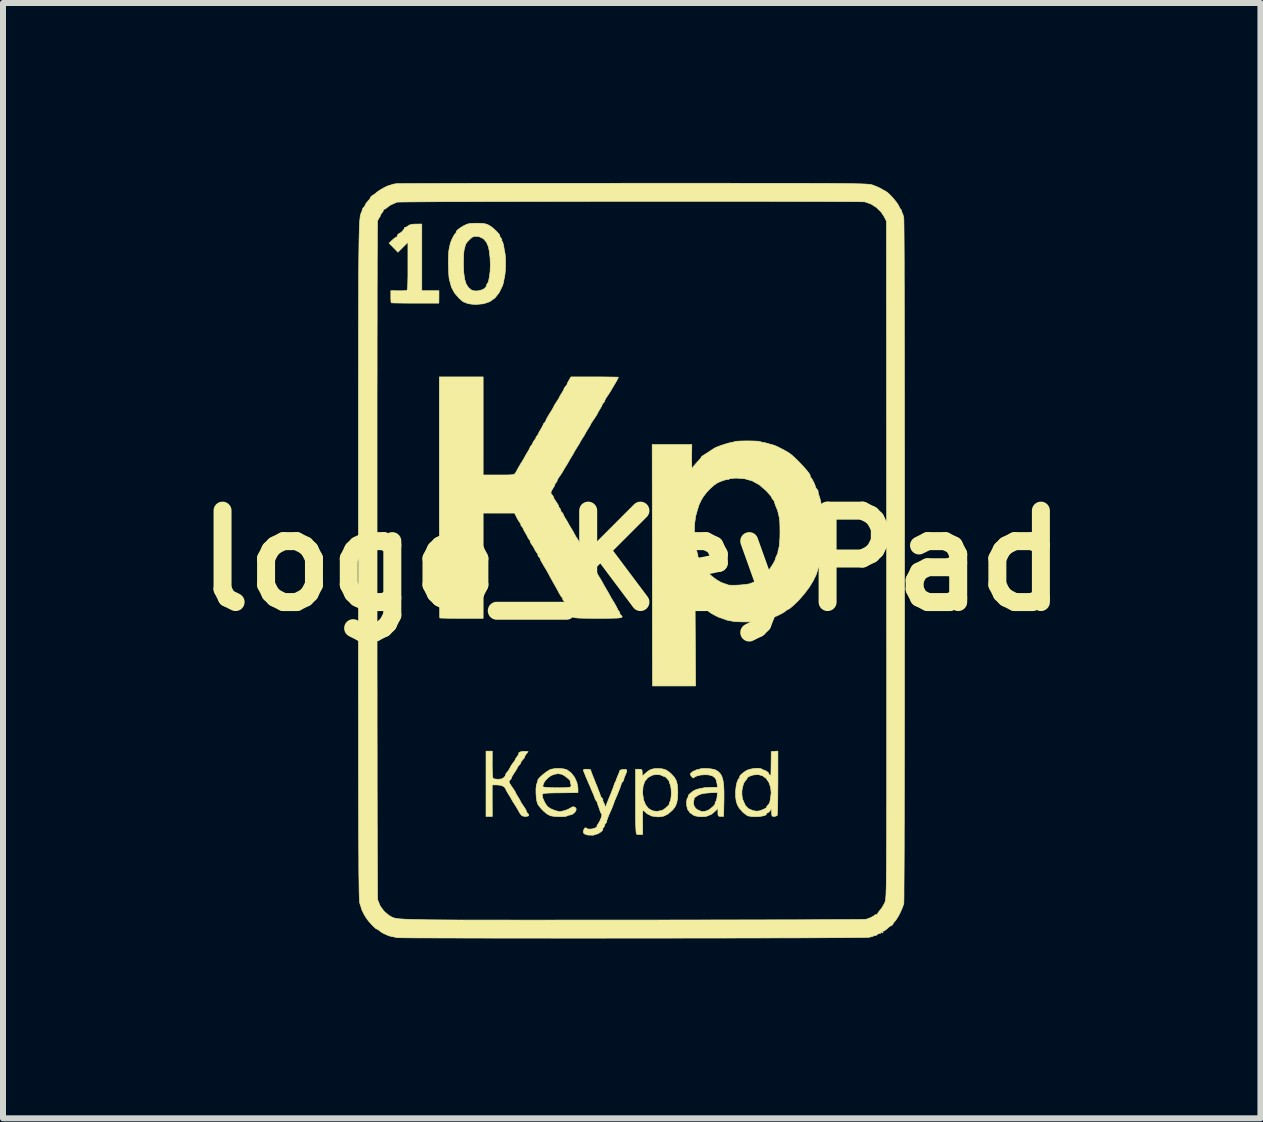
<source format=kicad_pcb>
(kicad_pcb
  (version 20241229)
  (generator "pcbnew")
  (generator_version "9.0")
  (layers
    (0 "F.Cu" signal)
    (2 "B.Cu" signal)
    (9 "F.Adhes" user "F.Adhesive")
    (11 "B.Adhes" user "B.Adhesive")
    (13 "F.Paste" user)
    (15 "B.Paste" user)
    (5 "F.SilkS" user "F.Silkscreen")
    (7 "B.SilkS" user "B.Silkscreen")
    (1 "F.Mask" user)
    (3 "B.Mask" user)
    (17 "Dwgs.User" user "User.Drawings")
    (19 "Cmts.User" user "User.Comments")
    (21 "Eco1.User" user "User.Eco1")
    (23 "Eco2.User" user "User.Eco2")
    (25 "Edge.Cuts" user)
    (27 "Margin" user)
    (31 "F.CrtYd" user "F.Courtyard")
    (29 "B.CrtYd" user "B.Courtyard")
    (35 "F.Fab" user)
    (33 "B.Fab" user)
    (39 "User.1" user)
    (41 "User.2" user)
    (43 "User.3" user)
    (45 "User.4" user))
  (footprint "logo_KeyPad"
    (layer "F.Cu")
    (at 7.482 6.298)
    (property "Reference" "logo_KeyPad" (at 0 0 0) (layer "F.SilkS") (effects (font (size 1.524 1.524) (thickness 0.3))))
    (attr through_hole)
    (fp_poly (pts (xy 4.191 6.199) (xy 4.183 6.207) (xy 4.175 6.199) (xy 4.183 6.191) (xy 4.191 6.199)) (stroke (width 0.01) (type solid)) (fill yes) (layer "F.SilkS"))
    (fp_poly (pts (xy -3.5 -5.057) (xy -3.5 -4.501) (xy -3.214 -4.501) (xy -3.214 -4.398) (xy -3.215 -4.294) (xy -3.609 -4.294) (xy -3.718 -4.294) (xy -3.815 -4.295) (xy -3.897 -4.296) (xy -3.96 -4.297) (xy -3.999 -4.299) (xy -4.01 -4.301) (xy -4.013 -4.319) (xy -4.016 -4.359) (xy -4.016 -4.405) (xy -4.016 -4.502) (xy -3.893 -4.5) (xy -3.832 -4.5) (xy -3.782 -4.502) (xy -3.753 -4.505) (xy -3.75 -4.505) (xy -3.744 -4.515) (xy -3.739 -4.541) (xy -3.735 -4.587) (xy -3.733 -4.655) (xy -3.731 -4.748) (xy -3.731 -4.87) (xy -3.731 -4.91) (xy -3.731 -5.309) (xy -3.815 -5.226) (xy -3.898 -5.143) (xy -3.972 -5.219) (xy -4.045 -5.294) (xy -3.991 -5.346) (xy -3.955 -5.377) (xy -3.926 -5.395) (xy -3.918 -5.398) (xy -3.907 -5.404) (xy -3.91 -5.407) (xy -3.908 -5.424) (xy -3.891 -5.446) (xy -3.871 -5.46) (xy -3.866 -5.461) (xy -3.847 -5.471) (xy -3.822 -5.495) (xy -3.8 -5.522) (xy -3.789 -5.543) (xy -3.79 -5.547) (xy -3.787 -5.555) (xy -3.778 -5.556) (xy -3.751 -5.566) (xy -3.727 -5.584) (xy -3.693 -5.602) (xy -3.638 -5.611) (xy -3.598 -5.612) (xy -3.5 -5.613) (xy -3.5 -5.057)) (stroke (width 0.01) (type solid)) (fill yes) (layer "F.SilkS"))
    (fp_poly (pts (xy 0.511 3.47) (xy 0.572 3.489) (xy 0.63 3.528) (xy 0.663 3.558) (xy 0.71 3.61) (xy 0.742 3.666) (xy 0.76 3.734) (xy 0.767 3.822) (xy 0.768 3.866) (xy 0.764 3.964) (xy 0.75 4.039) (xy 0.725 4.099) (xy 0.685 4.152) (xy 0.663 4.173) (xy 0.597 4.227) (xy 0.533 4.258) (xy 0.461 4.27) (xy 0.431 4.27) (xy 0.335 4.257) (xy 0.254 4.217) (xy 0.207 4.172) (xy 0.196 4.161) (xy 0.189 4.16) (xy 0.185 4.175) (xy 0.182 4.21) (xy 0.181 4.267) (xy 0.182 4.351) (xy 0.183 4.562) (xy 0.143 4.565) (xy 0.104 4.564) (xy 0.083 4.56) (xy 0.078 4.551) (xy 0.073 4.527) (xy 0.07 4.484) (xy 0.067 4.421) (xy 0.065 4.335) (xy 0.064 4.224) (xy 0.064 4.084) (xy 0.064 4.015) (xy 0.064 3.871) (xy 0.181 3.871) (xy 0.182 3.881) (xy 0.197 3.986) (xy 0.231 4.071) (xy 0.282 4.133) (xy 0.347 4.17) (xy 0.423 4.18) (xy 0.509 4.162) (xy 0.512 4.161) (xy 0.537 4.145) (xy 0.569 4.12) (xy 0.6 4.091) (xy 0.623 4.066) (xy 0.631 4.05) (xy 0.628 4.048) (xy 0.626 4.038) (xy 0.636 4.023) (xy 0.649 3.99) (xy 0.657 3.937) (xy 0.66 3.872) (xy 0.657 3.808) (xy 0.649 3.753) (xy 0.64 3.727) (xy 0.628 3.697) (xy 0.626 3.683) (xy 0.627 3.683) (xy 0.623 3.673) (xy 0.603 3.647) (xy 0.593 3.635) (xy 0.565 3.607) (xy 0.545 3.595) (xy 0.543 3.596) (xy 0.526 3.594) (xy 0.514 3.586) (xy 0.477 3.571) (xy 0.422 3.565) (xy 0.364 3.571) (xy 0.341 3.577) (xy 0.269 3.616) (xy 0.218 3.678) (xy 0.189 3.763) (xy 0.181 3.871) (xy 0.064 3.871) (xy 0.064 3.477) (xy 0.119 3.477) (xy 0.156 3.479) (xy 0.171 3.492) (xy 0.175 3.525) (xy 0.175 3.535) (xy 0.175 3.594) (xy 0.226 3.547) (xy 0.28 3.503) (xy 0.327 3.478) (xy 0.38 3.467) (xy 0.435 3.465) (xy 0.511 3.47)) (stroke (width 0.01) (type solid)) (fill yes) (layer "F.SilkS"))
    (fp_poly (pts (xy -1.132 3.471) (xy -1.079 3.487) (xy -1.011 3.537) (xy -0.954 3.61) (xy -0.914 3.697) (xy -0.897 3.788) (xy -0.896 3.81) (xy -0.897 3.866) (xy -1.195 3.87) (xy -1.298 3.871) (xy -1.375 3.873) (xy -1.428 3.876) (xy -1.462 3.879) (xy -1.481 3.885) (xy -1.49 3.893) (xy -1.492 3.903) (xy -1.492 3.91) (xy -1.482 3.959) (xy -1.456 4.019) (xy -1.423 4.074) (xy -1.395 4.106) (xy -1.349 4.136) (xy -1.285 4.163) (xy -1.219 4.181) (xy -1.21 4.182) (xy -1.171 4.179) (xy -1.118 4.166) (xy -1.063 4.146) (xy -1.022 4.124) (xy -1.014 4.118) (xy -0.977 4.101) (xy -0.943 4.112) (xy -0.926 4.136) (xy -0.93 4.166) (xy -0.953 4.199) (xy -0.988 4.226) (xy -1.024 4.239) (xy -1.026 4.239) (xy -1.058 4.244) (xy -1.07 4.252) (xy -1.091 4.26) (xy -1.134 4.265) (xy -1.19 4.267) (xy -1.252 4.265) (xy -1.309 4.26) (xy -1.353 4.252) (xy -1.361 4.25) (xy -1.413 4.221) (xy -1.471 4.173) (xy -1.524 4.117) (xy -1.564 4.062) (xy -1.566 4.058) (xy -1.581 4.012) (xy -1.591 3.947) (xy -1.596 3.873) (xy -1.596 3.801) (xy -1.591 3.76) (xy -1.483 3.76) (xy -1.477 3.769) (xy -1.457 3.776) (xy -1.412 3.78) (xy -1.35 3.784) (xy -1.277 3.786) (xy -1.202 3.786) (xy -1.132 3.785) (xy -1.073 3.782) (xy -1.033 3.777) (xy -1.021 3.773) (xy -1.009 3.751) (xy -1.016 3.724) (xy -1.024 3.693) (xy -1.023 3.68) (xy -1.028 3.665) (xy -1.052 3.639) (xy -1.087 3.61) (xy -1.126 3.582) (xy -1.16 3.563) (xy -1.167 3.56) (xy -1.228 3.55) (xy -1.292 3.561) (xy -1.344 3.582) (xy -1.381 3.607) (xy -1.42 3.643) (xy -1.452 3.681) (xy -1.468 3.712) (xy -1.468 3.717) (xy -1.478 3.737) (xy -1.48 3.74) (xy -1.483 3.76) (xy -1.591 3.76) (xy -1.589 3.741) (xy -1.579 3.709) (xy -1.567 3.678) (xy -1.566 3.663) (xy -1.561 3.647) (xy -1.537 3.618) (xy -1.5 3.583) (xy -1.455 3.545) (xy -1.409 3.512) (xy -1.368 3.487) (xy -1.348 3.478) (xy -1.28 3.466) (xy -1.204 3.464) (xy -1.132 3.471)) (stroke (width 0.01) (type solid)) (fill yes) (layer "F.SilkS"))
    (fp_poly (pts (xy -2.326 3.398) (xy -2.325 3.492) (xy -2.322 3.564) (xy -2.317 3.612) (xy -2.31 3.632) (xy -2.285 3.639) (xy -2.242 3.643) (xy -2.226 3.644) (xy -2.172 3.639) (xy -2.134 3.618) (xy -2.124 3.608) (xy -2.105 3.584) (xy -2.102 3.572) (xy -2.103 3.572) (xy -2.104 3.562) (xy -2.086 3.538) (xy -2.085 3.536) (xy -2.058 3.502) (xy -2.042 3.477) (xy -2.007 3.412) (xy -1.968 3.358) (xy -1.964 3.354) (xy -1.945 3.327) (xy -1.94 3.312) (xy -1.93 3.292) (xy -1.908 3.262) (xy -1.888 3.235) (xy -1.883 3.219) (xy -1.883 3.218) (xy -1.883 3.203) (xy -1.86 3.189) (xy -1.824 3.18) (xy -1.785 3.178) (xy -1.727 3.183) (xy -1.762 3.227) (xy -1.781 3.255) (xy -1.786 3.27) (xy -1.784 3.27) (xy -1.786 3.28) (xy -1.806 3.305) (xy -1.815 3.315) (xy -1.84 3.345) (xy -1.85 3.365) (xy -1.85 3.368) (xy -1.854 3.383) (xy -1.873 3.405) (xy -1.897 3.431) (xy -1.905 3.447) (xy -1.914 3.467) (xy -1.936 3.503) (xy -1.96 3.539) (xy -1.987 3.581) (xy -2.004 3.612) (xy -2.007 3.624) (xy -2.011 3.638) (xy -2.024 3.651) (xy -2.041 3.669) (xy -2.045 3.688) (xy -2.034 3.715) (xy -2.006 3.759) (xy -1.992 3.778) (xy -1.963 3.821) (xy -1.944 3.851) (xy -1.939 3.862) (xy -1.933 3.876) (xy -1.915 3.908) (xy -1.9 3.933) (xy -1.875 3.973) (xy -1.86 4.001) (xy -1.857 4.008) (xy -1.849 4.025) (xy -1.827 4.059) (xy -1.803 4.094) (xy -1.775 4.136) (xy -1.758 4.168) (xy -1.756 4.179) (xy -1.751 4.194) (xy -1.739 4.207) (xy -1.716 4.235) (xy -1.723 4.255) (xy -1.758 4.263) (xy -1.77 4.263) (xy -1.809 4.259) (xy -1.836 4.246) (xy -1.86 4.217) (xy -1.884 4.175) (xy -1.911 4.128) (xy -1.945 4.072) (xy -1.961 4.048) (xy -1.987 4.007) (xy -2.004 3.977) (xy -2.008 3.969) (xy -2.017 3.952) (xy -2.038 3.918) (xy -2.056 3.889) (xy -2.081 3.848) (xy -2.097 3.817) (xy -2.1 3.808) (xy -2.108 3.791) (xy -2.129 3.769) (xy -2.171 3.747) (xy -2.237 3.738) (xy -2.244 3.738) (xy -2.326 3.737) (xy -2.326 4) (xy -2.325 4.264) (xy -2.429 4.264) (xy -2.429 3.175) (xy -2.325 3.175) (xy -2.326 3.398)) (stroke (width 0.01) (type solid)) (fill yes) (layer "F.SilkS"))
    (fp_poly (pts (xy 1.262 3.465) (xy 1.325 3.471) (xy 1.378 3.482) (xy 1.404 3.492) (xy 1.447 3.52) (xy 1.48 3.556) (xy 1.505 3.602) (xy 1.522 3.663) (xy 1.533 3.742) (xy 1.538 3.843) (xy 1.538 3.971) (xy 1.537 4.024) (xy 1.532 4.262) (xy 1.484 4.262) (xy 1.455 4.26) (xy 1.441 4.247) (xy 1.437 4.216) (xy 1.437 4.194) (xy 1.437 4.126) (xy 1.402 4.166) (xy 1.329 4.228) (xy 1.243 4.262) (xy 1.161 4.268) (xy 1.105 4.263) (xy 1.057 4.254) (xy 1.038 4.247) (xy 0.973 4.203) (xy 0.934 4.149) (xy 0.932 4.144) (xy 0.918 4.089) (xy 0.916 4.056) (xy 1.029 4.056) (xy 1.048 4.107) (xy 1.085 4.147) (xy 1.13 4.166) (xy 1.15 4.177) (xy 1.175 4.183) (xy 1.218 4.179) (xy 1.266 4.165) (xy 1.27 4.163) (xy 1.297 4.147) (xy 1.33 4.121) (xy 1.362 4.092) (xy 1.385 4.066) (xy 1.393 4.05) (xy 1.39 4.048) (xy 1.388 4.038) (xy 1.398 4.023) (xy 1.413 3.991) (xy 1.423 3.944) (xy 1.424 3.93) (xy 1.429 3.864) (xy 1.338 3.867) (xy 1.23 3.875) (xy 1.15 3.891) (xy 1.107 3.91) (xy 1.075 3.93) (xy 1.048 3.952) (xy 1.036 3.966) (xy 1.038 3.969) (xy 1.04 3.981) (xy 1.033 4.005) (xy 1.029 4.056) (xy 0.916 4.056) (xy 0.914 4.029) (xy 0.921 3.976) (xy 0.934 3.949) (xy 0.947 3.928) (xy 0.943 3.921) (xy 0.943 3.913) (xy 0.962 3.892) (xy 0.992 3.866) (xy 1.026 3.841) (xy 1.044 3.83) (xy 1.084 3.813) (xy 1.13 3.801) (xy 1.174 3.793) (xy 1.206 3.786) (xy 1.206 3.786) (xy 1.234 3.783) (xy 1.283 3.781) (xy 1.331 3.779) (xy 1.431 3.778) (xy 1.424 3.727) (xy 1.412 3.664) (xy 1.393 3.624) (xy 1.362 3.598) (xy 1.338 3.585) (xy 1.283 3.571) (xy 1.216 3.568) (xy 1.147 3.573) (xy 1.086 3.588) (xy 1.043 3.61) (xy 1.032 3.621) (xy 1.018 3.618) (xy 0.996 3.595) (xy 0.996 3.594) (xy 0.977 3.566) (xy 0.98 3.548) (xy 1 3.529) (xy 1.028 3.509) (xy 1.044 3.503) (xy 1.065 3.497) (xy 1.076 3.489) (xy 1.092 3.481) (xy 1.095 3.485) (xy 1.105 3.487) (xy 1.115 3.48) (xy 1.147 3.469) (xy 1.199 3.464) (xy 1.262 3.465)) (stroke (width 0.01) (type solid)) (fill yes) (layer "F.SilkS"))
    (fp_poly (pts (xy 2.437 3.705) (xy 2.436 3.832) (xy 2.435 3.949) (xy 2.434 4.052) (xy 2.432 4.137) (xy 2.429 4.2) (xy 2.426 4.239) (xy 2.424 4.249) (xy 2.4 4.259) (xy 2.373 4.263) (xy 2.349 4.262) (xy 2.337 4.248) (xy 2.333 4.214) (xy 2.332 4.193) (xy 2.33 4.155) (xy 2.325 4.139) (xy 2.322 4.143) (xy 2.299 4.179) (xy 2.269 4.203) (xy 2.254 4.207) (xy 2.243 4.215) (xy 2.245 4.22) (xy 2.24 4.236) (xy 2.211 4.249) (xy 2.165 4.259) (xy 2.108 4.265) (xy 2.047 4.267) (xy 1.99 4.263) (xy 1.943 4.255) (xy 1.924 4.247) (xy 1.855 4.196) (xy 1.795 4.127) (xy 1.762 4.072) (xy 1.742 4.008) (xy 1.732 3.931) (xy 1.732 3.902) (xy 1.837 3.902) (xy 1.844 3.959) (xy 1.852 3.985) (xy 1.863 4.01) (xy 1.865 4.016) (xy 1.898 4.086) (xy 1.945 4.133) (xy 2.013 4.163) (xy 2.018 4.165) (xy 2.076 4.176) (xy 2.131 4.171) (xy 2.194 4.147) (xy 2.222 4.133) (xy 2.247 4.118) (xy 2.25 4.112) (xy 2.25 4.112) (xy 2.25 4.102) (xy 2.268 4.078) (xy 2.27 4.077) (xy 2.293 4.047) (xy 2.303 4.025) (xy 2.307 3.998) (xy 2.313 3.969) (xy 2.325 3.869) (xy 2.315 3.775) (xy 2.286 3.694) (xy 2.24 3.628) (xy 2.179 3.584) (xy 2.107 3.565) (xy 2.026 3.572) (xy 1.974 3.589) (xy 1.94 3.607) (xy 1.924 3.618) (xy 1.925 3.619) (xy 1.924 3.63) (xy 1.906 3.655) (xy 1.902 3.659) (xy 1.877 3.693) (xy 1.863 3.718) (xy 1.863 3.719) (xy 1.856 3.747) (xy 1.845 3.786) (xy 1.837 3.838) (xy 1.837 3.902) (xy 1.732 3.902) (xy 1.732 3.848) (xy 1.74 3.766) (xy 1.755 3.695) (xy 1.778 3.641) (xy 1.801 3.616) (xy 1.808 3.605) (xy 1.803 3.604) (xy 1.798 3.596) (xy 1.814 3.575) (xy 1.843 3.548) (xy 1.88 3.52) (xy 1.918 3.496) (xy 1.929 3.491) (xy 1.975 3.476) (xy 2.033 3.465) (xy 2.09 3.461) (xy 2.138 3.463) (xy 2.166 3.473) (xy 2.166 3.473) (xy 2.186 3.485) (xy 2.188 3.486) (xy 2.214 3.494) (xy 2.245 3.51) (xy 2.271 3.527) (xy 2.279 3.538) (xy 2.284 3.556) (xy 2.296 3.569) (xy 2.306 3.578) (xy 2.313 3.582) (xy 2.318 3.575) (xy 2.321 3.554) (xy 2.322 3.512) (xy 2.323 3.448) (xy 2.324 3.377) (xy 2.326 3.183) (xy 2.381 3.178) (xy 2.437 3.174) (xy 2.437 3.705)) (stroke (width 0.01) (type solid)) (fill yes) (layer "F.SilkS"))
    (fp_poly (pts (xy -2.58 -5.626) (xy -2.505 -5.624) (xy -2.451 -5.618) (xy -2.411 -5.607) (xy -2.373 -5.589) (xy -2.335 -5.563) (xy -2.293 -5.528) (xy -2.252 -5.489) (xy -2.219 -5.453) (xy -2.2 -5.426) (xy -2.199 -5.416) (xy -2.196 -5.4) (xy -2.18 -5.379) (xy -2.165 -5.357) (xy -2.166 -5.35) (xy -2.169 -5.34) (xy -2.161 -5.329) (xy -2.148 -5.3) (xy -2.136 -5.256) (xy -2.134 -5.245) (xy -2.125 -5.187) (xy -2.114 -5.131) (xy -2.113 -5.128) (xy -2.107 -5.077) (xy -2.104 -5.005) (xy -2.104 -4.924) (xy -2.107 -4.843) (xy -2.113 -4.773) (xy -2.12 -4.731) (xy -2.13 -4.687) (xy -2.135 -4.653) (xy -2.136 -4.651) (xy -2.143 -4.62) (xy -2.156 -4.58) (xy -2.213 -4.465) (xy -2.282 -4.379) (xy -2.367 -4.319) (xy -2.469 -4.284) (xy -2.586 -4.273) (xy -2.662 -4.276) (xy -2.722 -4.285) (xy -2.753 -4.295) (xy -2.785 -4.309) (xy -2.801 -4.313) (xy -2.815 -4.322) (xy -2.845 -4.347) (xy -2.883 -4.381) (xy -2.954 -4.464) (xy -3.003 -4.555) (xy -3.023 -4.621) (xy -3.029 -4.65) (xy -3.032 -4.659) (xy -3.039 -4.674) (xy -3.045 -4.715) (xy -3.05 -4.774) (xy -3.053 -4.847) (xy -3.055 -4.927) (xy -3.055 -4.944) (xy -2.806 -4.944) (xy -2.801 -4.806) (xy -2.786 -4.696) (xy -2.76 -4.612) (xy -2.721 -4.552) (xy -2.67 -4.512) (xy -2.659 -4.507) (xy -2.605 -4.496) (xy -2.541 -4.502) (xy -2.482 -4.521) (xy -2.452 -4.541) (xy -2.428 -4.568) (xy -2.42 -4.584) (xy -2.421 -4.585) (xy -2.419 -4.602) (xy -2.41 -4.616) (xy -2.392 -4.645) (xy -2.387 -4.657) (xy -2.382 -4.684) (xy -2.374 -4.726) (xy -2.373 -4.731) (xy -2.361 -4.82) (xy -2.357 -4.928) (xy -2.361 -5.043) (xy -2.373 -5.152) (xy -2.388 -5.231) (xy -2.422 -5.311) (xy -2.473 -5.369) (xy -2.541 -5.401) (xy -2.578 -5.407) (xy -2.623 -5.407) (xy -2.656 -5.395) (xy -2.69 -5.368) (xy -2.708 -5.351) (xy -2.743 -5.313) (xy -2.766 -5.281) (xy -2.772 -5.269) (xy -2.779 -5.238) (xy -2.791 -5.198) (xy -2.797 -5.163) (xy -2.802 -5.105) (xy -2.805 -5.031) (xy -2.806 -4.949) (xy -2.806 -4.944) (xy -3.055 -4.944) (xy -3.056 -5.007) (xy -3.054 -5.082) (xy -3.051 -5.146) (xy -3.046 -5.191) (xy -3.044 -5.198) (xy -3.034 -5.245) (xy -3.026 -5.281) (xy -3.024 -5.287) (xy -3.013 -5.323) (xy -2.993 -5.368) (xy -2.97 -5.412) (xy -2.949 -5.446) (xy -2.935 -5.461) (xy -2.934 -5.461) (xy -2.926 -5.47) (xy -2.928 -5.475) (xy -2.923 -5.495) (xy -2.893 -5.524) (xy -2.842 -5.56) (xy -2.794 -5.588) (xy -2.753 -5.607) (xy -2.712 -5.619) (xy -2.661 -5.624) (xy -2.59 -5.626) (xy -2.58 -5.626)) (stroke (width 0.01) (type solid)) (fill yes) (layer "F.SilkS"))
    (fp_poly (pts (xy -0.706 3.48) (xy -0.684 3.488) (xy -0.683 3.491) (xy -0.677 3.516) (xy -0.664 3.551) (xy -0.65 3.585) (xy -0.643 3.604) (xy -0.635 3.624) (xy -0.62 3.661) (xy -0.604 3.702) (xy -0.592 3.731) (xy -0.582 3.756) (xy -0.579 3.762) (xy -0.572 3.781) (xy -0.559 3.816) (xy -0.558 3.818) (xy -0.535 3.876) (xy -0.524 3.909) (xy -0.522 3.921) (xy -0.512 3.938) (xy -0.496 3.957) (xy -0.481 3.978) (xy -0.482 3.985) (xy -0.483 3.997) (xy -0.471 4.027) (xy -0.468 4.032) (xy -0.451 4.068) (xy -0.443 4.091) (xy -0.443 4.092) (xy -0.437 4.109) (xy -0.429 4.106) (xy -0.429 4.099) (xy -0.423 4.073) (xy -0.41 4.037) (xy -0.396 4.003) (xy -0.389 3.985) (xy -0.381 3.965) (xy -0.376 3.953) (xy -0.363 3.922) (xy -0.347 3.882) (xy -0.333 3.845) (xy -0.325 3.826) (xy -0.317 3.806) (xy -0.311 3.791) (xy -0.299 3.757) (xy -0.296 3.744) (xy -0.285 3.712) (xy -0.278 3.699) (xy -0.263 3.67) (xy -0.26 3.659) (xy -0.252 3.636) (xy -0.236 3.596) (xy -0.229 3.58) (xy -0.211 3.537) (xy -0.201 3.506) (xy -0.199 3.5) (xy -0.185 3.489) (xy -0.149 3.481) (xy -0.139 3.48) (xy -0.101 3.479) (xy -0.083 3.49) (xy -0.084 3.516) (xy -0.102 3.564) (xy -0.111 3.584) (xy -0.127 3.623) (xy -0.133 3.648) (xy -0.132 3.651) (xy -0.133 3.661) (xy -0.147 3.679) (xy -0.167 3.704) (xy -0.172 3.715) (xy -0.178 3.734) (xy -0.19 3.771) (xy -0.206 3.814) (xy -0.217 3.842) (xy -0.228 3.867) (xy -0.23 3.873) (xy -0.237 3.892) (xy -0.253 3.928) (xy -0.26 3.945) (xy -0.279 3.988) (xy -0.291 4.018) (xy -0.293 4.024) (xy -0.303 4.054) (xy -0.32 4.099) (xy -0.339 4.145) (xy -0.349 4.167) (xy -0.38 4.237) (xy -0.403 4.295) (xy -0.416 4.334) (xy -0.418 4.35) (xy -0.417 4.35) (xy -0.419 4.36) (xy -0.437 4.381) (xy -0.453 4.404) (xy -0.452 4.413) (xy -0.452 4.423) (xy -0.468 4.445) (xy -0.485 4.468) (xy -0.485 4.477) (xy -0.48 4.485) (xy -0.495 4.504) (xy -0.523 4.527) (xy -0.557 4.549) (xy -0.559 4.55) (xy -0.641 4.576) (xy -0.729 4.574) (xy -0.758 4.567) (xy -0.794 4.551) (xy -0.806 4.528) (xy -0.806 4.513) (xy -0.796 4.478) (xy -0.779 4.455) (xy -0.76 4.454) (xy -0.755 4.46) (xy -0.73 4.473) (xy -0.688 4.475) (xy -0.641 4.468) (xy -0.603 4.453) (xy -0.58 4.437) (xy -0.578 4.43) (xy -0.578 4.43) (xy -0.58 4.419) (xy -0.568 4.401) (xy -0.531 4.339) (xy -0.516 4.302) (xy -0.508 4.283) (xy -0.501 4.266) (xy -0.498 4.233) (xy -0.505 4.219) (xy -0.521 4.192) (xy -0.524 4.183) (xy -0.532 4.157) (xy -0.542 4.128) (xy -0.56 4.079) (xy -0.569 4.052) (xy -0.571 4.041) (xy -0.569 4.039) (xy -0.573 4.027) (xy -0.587 4.009) (xy -0.607 3.979) (xy -0.613 3.963) (xy -0.621 3.938) (xy -0.637 3.897) (xy -0.644 3.881) (xy -0.662 3.841) (xy -0.673 3.814) (xy -0.675 3.81) (xy -0.682 3.792) (xy -0.697 3.756) (xy -0.705 3.739) (xy -0.735 3.67) (xy -0.757 3.619) (xy -0.769 3.591) (xy -0.77 3.588) (xy -0.777 3.569) (xy -0.791 3.535) (xy -0.805 3.499) (xy -0.803 3.482) (xy -0.78 3.477) (xy -0.746 3.477) (xy -0.706 3.48)) (stroke (width 0.01) (type solid)) (fill yes) (layer "F.SilkS"))
    (fp_poly (pts (xy 2.004 -1.996) (xy 2.068 -1.994) (xy 2.114 -1.991) (xy 2.135 -1.987) (xy 2.162 -1.978) (xy 2.191 -1.972) (xy 2.235 -1.964) (xy 2.283 -1.95) (xy 2.324 -1.938) (xy 2.353 -1.931) (xy 2.354 -1.931) (xy 2.384 -1.921) (xy 2.433 -1.899) (xy 2.491 -1.87) (xy 2.551 -1.838) (xy 2.604 -1.808) (xy 2.627 -1.793) (xy 2.669 -1.761) (xy 2.719 -1.716) (xy 2.773 -1.664) (xy 2.827 -1.607) (xy 2.879 -1.551) (xy 2.923 -1.5) (xy 2.957 -1.456) (xy 2.975 -1.426) (xy 2.975 -1.413) (xy 2.974 -1.413) (xy 2.975 -1.403) (xy 2.989 -1.385) (xy 3.01 -1.354) (xy 3.034 -1.309) (xy 3.054 -1.263) (xy 3.065 -1.229) (xy 3.065 -1.226) (xy 3.076 -1.206) (xy 3.091 -1.187) (xy 3.107 -1.166) (xy 3.107 -1.159) (xy 3.106 -1.146) (xy 3.114 -1.112) (xy 3.12 -1.093) (xy 3.137 -1.041) (xy 3.149 -0.995) (xy 3.151 -0.986) (xy 3.166 -0.908) (xy 3.179 -0.85) (xy 3.185 -0.826) (xy 3.189 -0.79) (xy 3.193 -0.73) (xy 3.196 -0.652) (xy 3.198 -0.563) (xy 3.199 -0.471) (xy 3.199 -0.381) (xy 3.198 -0.3) (xy 3.195 -0.237) (xy 3.191 -0.198) (xy 3.19 -0.195) (xy 3.179 -0.137) (xy 3.169 -0.079) (xy 3.169 -0.078) (xy 3.158 -0.025) (xy 3.144 0.021) (xy 3.144 0.022) (xy 3.136 0.052) (xy 3.138 0.064) (xy 3.138 0.073) (xy 3.13 0.085) (xy 3.111 0.118) (xy 3.106 0.136) (xy 3.078 0.227) (xy 3.028 0.331) (xy 2.961 0.441) (xy 2.878 0.551) (xy 2.786 0.657) (xy 2.76 0.683) (xy 2.707 0.734) (xy 2.661 0.775) (xy 2.627 0.801) (xy 2.612 0.81) (xy 2.586 0.821) (xy 2.571 0.834) (xy 2.547 0.853) (xy 2.506 0.878) (xy 2.457 0.903) (xy 2.414 0.923) (xy 2.393 0.93) (xy 2.373 0.937) (xy 2.353 0.944) (xy 2.33 0.953) (xy 2.315 0.959) (xy 2.275 0.973) (xy 2.259 0.976) (xy 2.235 0.982) (xy 2.23 0.984) (xy 2.224 0.987) (xy 2.202 0.992) (xy 2.159 1) (xy 2.108 1.009) (xy 2.046 1.016) (xy 1.964 1.02) (xy 1.873 1.02) (xy 1.786 1.018) (xy 1.712 1.013) (xy 1.686 1.009) (xy 1.63 0.999) (xy 1.596 0.992) (xy 1.57 0.985) (xy 1.544 0.974) (xy 1.535 0.971) (xy 1.5 0.958) (xy 1.479 0.952) (xy 1.456 0.944) (xy 1.415 0.925) (xy 1.367 0.9) (xy 1.32 0.873) (xy 1.31 0.866) (xy 1.276 0.841) (xy 1.229 0.801) (xy 1.177 0.753) (xy 1.159 0.736) (xy 1.056 0.636) (xy 1.06 1.362) (xy 1.065 2.088) (xy 0.707 2.088) (xy 0.604 2.088) (xy 0.513 2.088) (xy 0.437 2.088) (xy 0.382 2.088) (xy 0.352 2.088) (xy 0.347 2.088) (xy 0.347 2.072) (xy 0.347 2.027) (xy 0.346 1.953) (xy 0.346 1.854) (xy 0.346 1.73) (xy 0.345 1.584) (xy 0.345 1.418) (xy 0.345 1.233) (xy 0.344 1.031) (xy 0.344 0.815) (xy 0.344 0.585) (xy 0.344 0.345) (xy 0.343 0.096) (xy 0.343 0.075) (xy 0.343 -0.483) (xy 1.043 -0.483) (xy 1.049 -0.347) (xy 1.067 -0.222) (xy 1.095 -0.119) (xy 1.103 -0.09) (xy 1.1 -0.079) (xy 1.102 -0.07) (xy 1.119 -0.048) (xy 1.136 -0.025) (xy 1.135 -0.016) (xy 1.135 -0.006) (xy 1.151 0.016) (xy 1.168 0.039) (xy 1.167 0.048) (xy 1.166 0.057) (xy 1.183 0.079) (xy 1.199 0.102) (xy 1.198 0.111) (xy 1.201 0.121) (xy 1.224 0.149) (xy 1.26 0.188) (xy 1.278 0.207) (xy 1.343 0.265) (xy 1.415 0.318) (xy 1.485 0.359) (xy 1.545 0.383) (xy 1.562 0.387) (xy 1.59 0.396) (xy 1.597 0.401) (xy 1.619 0.407) (xy 1.665 0.409) (xy 1.726 0.409) (xy 1.794 0.406) (xy 1.862 0.4) (xy 1.921 0.393) (xy 1.964 0.385) (xy 1.976 0.381) (xy 2.012 0.366) (xy 2.033 0.359) (xy 2.033 0.359) (xy 2.05 0.35) (xy 2.083 0.331) (xy 2.124 0.305) (xy 2.166 0.278) (xy 2.2 0.255) (xy 2.219 0.241) (xy 2.22 0.238) (xy 2.225 0.228) (xy 2.246 0.201) (xy 2.273 0.171) (xy 2.304 0.133) (xy 2.336 0.085) (xy 2.366 0.036) (xy 2.389 -0.008) (xy 2.399 -0.037) (xy 2.399 -0.044) (xy 2.404 -0.059) (xy 2.419 -0.091) (xy 2.421 -0.095) (xy 2.435 -0.127) (xy 2.439 -0.143) (xy 2.438 -0.143) (xy 2.438 -0.156) (xy 2.447 -0.189) (xy 2.451 -0.202) (xy 2.46 -0.246) (xy 2.466 -0.313) (xy 2.471 -0.395) (xy 2.472 -0.484) (xy 2.471 -0.573) (xy 2.468 -0.653) (xy 2.461 -0.715) (xy 2.457 -0.734) (xy 2.445 -0.787) (xy 2.437 -0.819) (xy 2.431 -0.838) (xy 2.425 -0.855) (xy 2.424 -0.857) (xy 2.396 -0.925) (xy 2.382 -0.968) (xy 2.378 -0.987) (xy 2.369 -1.004) (xy 2.357 -1.016) (xy 2.337 -1.042) (xy 2.334 -1.054) (xy 2.323 -1.073) (xy 2.295 -1.108) (xy 2.255 -1.153) (xy 2.236 -1.172) (xy 2.126 -1.266) (xy 2.009 -1.331) (xy 1.88 -1.367) (xy 1.747 -1.377) (xy 1.69 -1.374) (xy 1.645 -1.368) (xy 1.623 -1.361) (xy 1.606 -1.352) (xy 1.603 -1.355) (xy 1.59 -1.355) (xy 1.557 -1.347) (xy 1.511 -1.332) (xy 1.464 -1.314) (xy 1.429 -1.298) (xy 1.374 -1.261) (xy 1.311 -1.205) (xy 1.249 -1.139) (xy 1.195 -1.07) (xy 1.158 -1.008) (xy 1.135 -0.959) (xy 1.118 -0.922) (xy 1.113 -0.905) (xy 1.108 -0.886) (xy 1.097 -0.853) (xy 1.067 -0.746) (xy 1.049 -0.619) (xy 1.043 -0.483) (xy 0.343 -0.483) (xy 0.341 -1.937) (xy 1.002 -1.937) (xy 0.999 -1.737) (xy 0.999 -1.661) (xy 1.001 -1.596) (xy 1.004 -1.549) (xy 1.008 -1.528) (xy 1.009 -1.527) (xy 1.014 -1.527) (xy 1.012 -1.533) (xy 1.017 -1.552) (xy 1.041 -1.586) (xy 1.078 -1.629) (xy 1.088 -1.64) (xy 1.127 -1.682) (xy 1.153 -1.714) (xy 1.163 -1.73) (xy 1.162 -1.731) (xy 1.165 -1.737) (xy 1.184 -1.75) (xy 1.217 -1.771) (xy 1.263 -1.8) (xy 1.288 -1.817) (xy 1.335 -1.848) (xy 1.376 -1.874) (xy 1.391 -1.883) (xy 1.431 -1.9) (xy 1.489 -1.922) (xy 1.555 -1.943) (xy 1.616 -1.961) (xy 1.662 -1.972) (xy 1.667 -1.972) (xy 1.704 -1.98) (xy 1.722 -1.987) (xy 1.744 -1.991) (xy 1.79 -1.994) (xy 1.854 -1.996) (xy 1.929 -1.997) (xy 2.004 -1.996)) (stroke (width 0.01) (type solid)) (fill yes) (layer "F.SilkS"))
    (fp_poly (pts (xy -0.509 -3.064) (xy -0.412 -3.063) (xy -0.331 -3.062) (xy -0.269 -3.061) (xy -0.232 -3.06) (xy -0.222 -3.058) (xy -0.23 -3.04) (xy -0.249 -3.004) (xy -0.274 -2.96) (xy -0.3 -2.917) (xy -0.302 -2.913) (xy -0.326 -2.874) (xy -0.343 -2.843) (xy -0.344 -2.842) (xy -0.359 -2.816) (xy -0.386 -2.775) (xy -0.407 -2.744) (xy -0.434 -2.703) (xy -0.449 -2.673) (xy -0.451 -2.663) (xy -0.455 -2.649) (xy -0.468 -2.636) (xy -0.488 -2.612) (xy -0.492 -2.601) (xy -0.5 -2.581) (xy -0.52 -2.544) (xy -0.535 -2.52) (xy -0.558 -2.481) (xy -0.572 -2.455) (xy -0.574 -2.449) (xy -0.581 -2.435) (xy -0.602 -2.402) (xy -0.627 -2.365) (xy -0.656 -2.322) (xy -0.677 -2.29) (xy -0.683 -2.278) (xy -0.69 -2.261) (xy -0.711 -2.226) (xy -0.726 -2.202) (xy -0.751 -2.162) (xy -0.767 -2.134) (xy -0.77 -2.127) (xy -0.779 -2.111) (xy -0.799 -2.076) (xy -0.818 -2.048) (xy -0.844 -2.007) (xy -0.861 -1.977) (xy -0.865 -1.968) (xy -0.874 -1.952) (xy -0.895 -1.918) (xy -0.913 -1.889) (xy -0.939 -1.848) (xy -0.956 -1.818) (xy -0.96 -1.81) (xy -0.969 -1.793) (xy -0.989 -1.759) (xy -1.002 -1.738) (xy -1.028 -1.695) (xy -1.048 -1.66) (xy -1.053 -1.651) (xy -1.069 -1.622) (xy -1.093 -1.583) (xy -1.095 -1.58) (xy -1.12 -1.541) (xy -1.137 -1.51) (xy -1.138 -1.508) (xy -1.153 -1.482) (xy -1.179 -1.441) (xy -1.202 -1.409) (xy -1.228 -1.369) (xy -1.243 -1.341) (xy -1.244 -1.333) (xy -1.245 -1.324) (xy -1.262 -1.302) (xy -1.28 -1.279) (xy -1.281 -1.27) (xy -1.283 -1.258) (xy -1.299 -1.229) (xy -1.31 -1.212) (xy -1.339 -1.164) (xy -1.348 -1.13) (xy -1.336 -1.105) (xy -1.325 -1.095) (xy -1.309 -1.076) (xy -1.308 -1.068) (xy -1.304 -1.052) (xy -1.285 -1.019) (xy -1.261 -0.983) (xy -1.234 -0.942) (xy -1.218 -0.914) (xy -1.217 -0.905) (xy -1.216 -0.895) (xy -1.201 -0.876) (xy -1.184 -0.851) (xy -1.183 -0.838) (xy -1.18 -0.823) (xy -1.167 -0.81) (xy -1.147 -0.787) (xy -1.143 -0.776) (xy -1.135 -0.755) (xy -1.115 -0.718) (xy -1.1 -0.694) (xy -1.075 -0.654) (xy -1.059 -0.626) (xy -1.056 -0.619) (xy -1.047 -0.602) (xy -1.027 -0.568) (xy -1.014 -0.548) (xy -0.988 -0.504) (xy -0.968 -0.47) (xy -0.963 -0.46) (xy -0.946 -0.428) (xy -0.933 -0.405) (xy -0.901 -0.356) (xy -0.871 -0.306) (xy -0.847 -0.266) (xy -0.834 -0.241) (xy -0.833 -0.238) (xy -0.824 -0.218) (xy -0.802 -0.18) (xy -0.774 -0.132) (xy -0.744 -0.084) (xy -0.735 -0.07) (xy -0.715 -0.036) (xy -0.708 -0.017) (xy -0.709 -0.016) (xy -0.707 -0.006) (xy -0.689 0.018) (xy -0.669 0.042) (xy -0.665 0.053) (xy -0.661 0.067) (xy -0.644 0.098) (xy -0.626 0.127) (xy -0.601 0.168) (xy -0.583 0.198) (xy -0.579 0.206) (xy -0.571 0.223) (xy -0.551 0.257) (xy -0.538 0.278) (xy -0.511 0.321) (xy -0.491 0.356) (xy -0.487 0.365) (xy -0.473 0.391) (xy -0.448 0.434) (xy -0.428 0.468) (xy -0.399 0.518) (xy -0.375 0.56) (xy -0.365 0.579) (xy -0.343 0.62) (xy -0.329 0.642) (xy -0.293 0.701) (xy -0.264 0.752) (xy -0.244 0.789) (xy -0.239 0.802) (xy -0.227 0.826) (xy -0.213 0.843) (xy -0.198 0.866) (xy -0.199 0.876) (xy -0.195 0.891) (xy -0.183 0.905) (xy -0.165 0.921) (xy -0.159 0.934) (xy -0.166 0.944) (xy -0.189 0.951) (xy -0.232 0.956) (xy -0.297 0.958) (xy -0.386 0.96) (xy -0.504 0.961) (xy -0.562 0.961) (xy -0.692 0.96) (xy -0.793 0.959) (xy -0.869 0.957) (xy -0.924 0.953) (xy -0.96 0.948) (xy -0.981 0.94) (xy -0.991 0.931) (xy -0.993 0.923) (xy -1.001 0.905) (xy -1.021 0.87) (xy -1.036 0.846) (xy -1.061 0.804) (xy -1.077 0.773) (xy -1.079 0.764) (xy -1.09 0.743) (xy -1.103 0.73) (xy -1.119 0.709) (xy -1.119 0.699) (xy -1.123 0.68) (xy -1.135 0.667) (xy -1.151 0.644) (xy -1.15 0.633) (xy -1.151 0.62) (xy -1.155 0.619) (xy -1.169 0.606) (xy -1.191 0.573) (xy -1.212 0.536) (xy -1.242 0.48) (xy -1.272 0.426) (xy -1.286 0.401) (xy -1.31 0.359) (xy -1.341 0.303) (xy -1.366 0.258) (xy -1.394 0.205) (xy -1.419 0.16) (xy -1.434 0.136) (xy -1.477 0.063) (xy -1.506 0.014) (xy -1.521 -0.015) (xy -1.523 -0.026) (xy -1.523 -0.026) (xy -1.527 -0.038) (xy -1.546 -0.062) (xy -1.564 -0.085) (xy -1.564 -0.095) (xy -1.562 -0.105) (xy -1.575 -0.123) (xy -1.599 -0.156) (xy -1.61 -0.175) (xy -1.64 -0.232) (xy -1.675 -0.284) (xy -1.681 -0.292) (xy -1.693 -0.312) (xy -1.69 -0.318) (xy -1.69 -0.327) (xy -1.703 -0.345) (xy -1.724 -0.374) (xy -1.732 -0.389) (xy -1.742 -0.411) (xy -1.763 -0.448) (xy -1.772 -0.464) (xy -1.795 -0.503) (xy -1.808 -0.532) (xy -1.81 -0.537) (xy -1.821 -0.558) (xy -1.833 -0.571) (xy -1.849 -0.593) (xy -1.849 -0.604) (xy -1.852 -0.623) (xy -1.857 -0.627) (xy -1.873 -0.646) (xy -1.897 -0.684) (xy -1.914 -0.715) (xy -1.953 -0.794) (xy -2.477 -0.794) (xy -2.477 0.961) (xy -2.835 0.961) (xy -2.938 0.96) (xy -3.031 0.96) (xy -3.107 0.958) (xy -3.163 0.957) (xy -3.195 0.955) (xy -3.2 0.954) (xy -3.201 0.938) (xy -3.202 0.891) (xy -3.202 0.817) (xy -3.203 0.717) (xy -3.204 0.592) (xy -3.204 0.446) (xy -3.205 0.279) (xy -3.206 0.093) (xy -3.206 -0.109) (xy -3.206 -0.326) (xy -3.207 -0.555) (xy -3.207 -0.795) (xy -3.207 -1.044) (xy -3.207 -3.064) (xy -2.477 -3.064) (xy -2.477 -1.429) (xy -2.218 -1.429) (xy -2.122 -1.429) (xy -2.053 -1.43) (xy -2.006 -1.432) (xy -1.975 -1.437) (xy -1.956 -1.444) (xy -1.945 -1.454) (xy -1.937 -1.464) (xy -1.92 -1.494) (xy -1.913 -1.508) (xy -1.904 -1.525) (xy -1.883 -1.562) (xy -1.854 -1.611) (xy -1.821 -1.663) (xy -1.814 -1.675) (xy -1.793 -1.711) (xy -1.783 -1.73) (xy -1.768 -1.758) (xy -1.744 -1.799) (xy -1.732 -1.818) (xy -1.709 -1.857) (xy -1.696 -1.885) (xy -1.695 -1.892) (xy -1.687 -1.909) (xy -1.674 -1.921) (xy -1.654 -1.947) (xy -1.651 -1.96) (xy -1.641 -1.984) (xy -1.619 -2.013) (xy -1.599 -2.037) (xy -1.597 -2.048) (xy -1.597 -2.048) (xy -1.597 -2.058) (xy -1.583 -2.076) (xy -1.562 -2.104) (xy -1.555 -2.119) (xy -1.545 -2.142) (xy -1.523 -2.179) (xy -1.514 -2.194) (xy -1.491 -2.234) (xy -1.478 -2.262) (xy -1.476 -2.268) (xy -1.466 -2.289) (xy -1.453 -2.301) (xy -1.435 -2.322) (xy -1.433 -2.331) (xy -1.426 -2.352) (xy -1.402 -2.396) (xy -1.362 -2.463) (xy -1.337 -2.501) (xy -1.314 -2.541) (xy -1.303 -2.564) (xy -1.286 -2.596) (xy -1.258 -2.64) (xy -1.248 -2.656) (xy -1.223 -2.693) (xy -1.208 -2.719) (xy -1.206 -2.724) (xy -1.199 -2.74) (xy -1.179 -2.774) (xy -1.164 -2.798) (xy -1.141 -2.837) (xy -1.129 -2.862) (xy -1.128 -2.868) (xy -1.124 -2.879) (xy -1.104 -2.905) (xy -1.103 -2.905) (xy -1.083 -2.93) (xy -1.077 -2.942) (xy -1.077 -2.943) (xy -1.074 -2.956) (xy -1.058 -2.988) (xy -1.048 -3.004) (xy -1.013 -3.064) (xy -0.618 -3.064) (xy -0.509 -3.064)) (stroke (width 0.01) (type solid)) (fill yes) (layer "F.SilkS"))
    (fp_poly (pts (xy 1.195 -6.293) (xy 1.522 -6.293) (xy 1.822 -6.292) (xy 2.096 -6.292) (xy 2.346 -6.292) (xy 2.572 -6.292) (xy 2.777 -6.291) (xy 2.96 -6.291) (xy 3.123 -6.29) (xy 3.268 -6.29) (xy 3.396 -6.289) (xy 3.507 -6.288) (xy 3.603 -6.287) (xy 3.686 -6.286) (xy 3.756 -6.284) (xy 3.814 -6.283) (xy 3.862 -6.281) (xy 3.902 -6.279) (xy 3.933 -6.277) (xy 3.958 -6.275) (xy 3.977 -6.273) (xy 3.992 -6.27) (xy 4.005 -6.267) (xy 4.015 -6.264) (xy 4.016 -6.263) (xy 4.074 -6.241) (xy 4.128 -6.217) (xy 4.151 -6.205) (xy 4.194 -6.18) (xy 4.23 -6.161) (xy 4.231 -6.161) (xy 4.266 -6.137) (xy 4.312 -6.094) (xy 4.36 -6.042) (xy 4.405 -5.987) (xy 4.44 -5.938) (xy 4.459 -5.901) (xy 4.46 -5.898) (xy 4.472 -5.874) (xy 4.488 -5.854) (xy 4.503 -5.833) (xy 4.501 -5.826) (xy 4.499 -5.817) (xy 4.507 -5.804) (xy 4.52 -5.776) (xy 4.533 -5.731) (xy 4.536 -5.713) (xy 4.537 -5.691) (xy 4.538 -5.639) (xy 4.539 -5.558) (xy 4.54 -5.45) (xy 4.541 -5.315) (xy 4.542 -5.156) (xy 4.543 -4.973) (xy 4.543 -4.768) (xy 4.544 -4.542) (xy 4.544 -4.297) (xy 4.545 -4.035) (xy 4.545 -3.756) (xy 4.546 -3.461) (xy 4.546 -3.153) (xy 4.547 -2.833) (xy 4.547 -2.501) (xy 4.547 -2.16) (xy 4.548 -1.811) (xy 4.548 -1.454) (xy 4.548 -1.093) (xy 4.548 -0.727) (xy 4.548 -0.359) (xy 4.548 0.011) (xy 4.548 0.381) (xy 4.548 0.749) (xy 4.548 1.115) (xy 4.547 1.476) (xy 4.547 1.832) (xy 4.547 2.181) (xy 4.547 2.522) (xy 4.546 2.853) (xy 4.546 3.172) (xy 4.545 3.48) (xy 4.545 3.773) (xy 4.544 4.052) (xy 4.544 4.313) (xy 4.543 4.557) (xy 4.543 4.782) (xy 4.542 4.985) (xy 4.541 5.167) (xy 4.54 5.325) (xy 4.539 5.458) (xy 4.539 5.565) (xy 4.538 5.645) (xy 4.537 5.695) (xy 4.536 5.715) (xy 4.516 5.777) (xy 4.484 5.851) (xy 4.447 5.924) (xy 4.409 5.984) (xy 4.391 6.007) (xy 4.364 6.04) (xy 4.35 6.064) (xy 4.35 6.067) (xy 4.337 6.08) (xy 4.333 6.08) (xy 4.312 6.09) (xy 4.279 6.115) (xy 4.266 6.128) (xy 4.231 6.157) (xy 4.203 6.174) (xy 4.197 6.175) (xy 4.173 6.186) (xy 4.159 6.2) (xy 4.139 6.216) (xy 4.13 6.215) (xy 4.114 6.218) (xy 4.093 6.233) (xy 4.071 6.249) (xy 4.064 6.247) (xy 4.054 6.245) (xy 4.044 6.251) (xy 4.017 6.263) (xy 3.972 6.275) (xy 3.953 6.279) (xy 3.93 6.28) (xy 3.878 6.281) (xy 3.797 6.282) (xy 3.69 6.283) (xy 3.558 6.284) (xy 3.402 6.285) (xy 3.225 6.286) (xy 3.028 6.287) (xy 2.813 6.288) (xy 2.581 6.288) (xy 2.334 6.289) (xy 2.074 6.29) (xy 1.803 6.29) (xy 1.521 6.291) (xy 1.231 6.291) (xy 0.934 6.291) (xy 0.633 6.292) (xy 0.328 6.292) (xy 0.021 6.292) (xy -0.286 6.292) (xy -0.591 6.293) (xy -0.893 6.293) (xy -1.189 6.293) (xy -1.48 6.292) (xy -1.762 6.292) (xy -2.034 6.292) (xy -2.294 6.292) (xy -2.541 6.291) (xy -2.774 6.291) (xy -2.989 6.29) (xy -3.187 6.29) (xy -3.364 6.289) (xy -3.52 6.289) (xy -3.653 6.288) (xy -3.761 6.287) (xy -3.843 6.286) (xy -3.896 6.285) (xy -3.92 6.284) (xy -3.921 6.284) (xy -3.959 6.273) (xy -3.995 6.267) (xy -4.043 6.255) (xy -4.1 6.232) (xy -4.155 6.205) (xy -4.196 6.178) (xy -4.206 6.168) (xy -4.232 6.148) (xy -4.245 6.144) (xy -4.267 6.132) (xy -4.302 6.101) (xy -4.344 6.057) (xy -4.388 6.007) (xy -4.426 5.956) (xy -4.433 5.945) (xy -4.459 5.902) (xy -4.484 5.854) (xy -4.502 5.812) (xy -4.51 5.785) (xy -4.51 5.783) (xy -4.515 5.767) (xy -4.527 5.732) (xy -4.533 5.713) (xy -4.535 5.704) (xy -4.537 5.689) (xy -4.539 5.667) (xy -4.54 5.637) (xy -4.542 5.597) (xy -4.544 5.548) (xy -4.545 5.487) (xy -4.546 5.415) (xy -4.547 5.33) (xy -4.549 5.231) (xy -4.55 5.117) (xy -4.55 4.988) (xy -4.551 4.842) (xy -4.552 4.678) (xy -4.553 4.496) (xy -4.553 4.295) (xy -4.554 4.073) (xy -4.554 3.83) (xy -4.555 3.564) (xy -4.555 3.276) (xy -4.555 2.963) (xy -4.555 2.625) (xy -4.556 2.261) (xy -4.556 1.87) (xy -4.556 1.451) (xy -4.556 1.004) (xy -4.556 0.526) (xy -4.556 0.018) (xy -4.556 -0.008) (xy -4.556 -0.513) (xy -4.556 -0.727) (xy -4.246 -0.727) (xy -4.246 -0.361) (xy -4.246 0.007) (xy -4.246 0.375) (xy -4.246 0.741) (xy -4.246 1.104) (xy -4.246 1.463) (xy -4.246 1.817) (xy -4.245 2.164) (xy -4.245 2.502) (xy -4.245 2.83) (xy -4.244 3.148) (xy -4.244 3.453) (xy -4.244 3.744) (xy -4.243 4.02) (xy -4.243 4.279) (xy -4.242 4.521) (xy -4.242 4.742) (xy -4.241 4.944) (xy -4.24 5.122) (xy -4.24 5.278) (xy -4.239 5.408) (xy -4.238 5.513) (xy -4.238 5.589) (xy -4.237 5.636) (xy -4.236 5.653) (xy -4.194 5.756) (xy -4.127 5.847) (xy -4.041 5.918) (xy -4.024 5.927) (xy -4.012 5.934) (xy -4 5.941) (xy -3.988 5.947) (xy -3.975 5.952) (xy -3.958 5.957) (xy -3.938 5.962) (xy -3.912 5.966) (xy -3.88 5.97) (xy -3.84 5.973) (xy -3.792 5.976) (xy -3.733 5.979) (xy -3.663 5.981) (xy -3.581 5.983) (xy -3.485 5.985) (xy -3.374 5.987) (xy -3.247 5.988) (xy -3.103 5.989) (xy -2.941 5.99) (xy -2.759 5.991) (xy -2.556 5.991) (xy -2.331 5.991) (xy -2.083 5.991) (xy -1.81 5.992) (xy -1.512 5.992) (xy -1.187 5.991) (xy -0.834 5.991) (xy -0.452 5.991) (xy -0.039 5.991) (xy 0.003 5.991) (xy 0.352 5.991) (xy 0.692 5.99) (xy 1.023 5.99) (xy 1.343 5.989) (xy 1.65 5.989) (xy 1.944 5.988) (xy 2.223 5.988) (xy 2.486 5.987) (xy 2.73 5.987) (xy 2.956 5.986) (xy 3.161 5.985) (xy 3.344 5.984) (xy 3.504 5.984) (xy 3.639 5.983) (xy 3.748 5.982) (xy 3.829 5.981) (xy 3.882 5.98) (xy 3.904 5.979) (xy 3.904 5.979) (xy 3.951 5.964) (xy 4 5.942) (xy 4.039 5.92) (xy 4.056 5.905) (xy 4.076 5.897) (xy 4.085 5.9) (xy 4.096 5.904) (xy 4.094 5.9) (xy 4.098 5.883) (xy 4.119 5.852) (xy 4.138 5.83) (xy 4.176 5.779) (xy 4.211 5.717) (xy 4.222 5.692) (xy 4.225 5.684) (xy 4.227 5.676) (xy 4.23 5.665) (xy 4.232 5.652) (xy 4.234 5.634) (xy 4.236 5.611) (xy 4.238 5.583) (xy 4.24 5.547) (xy 4.241 5.503) (xy 4.243 5.451) (xy 4.244 5.389) (xy 4.245 5.315) (xy 4.246 5.23) (xy 4.247 5.132) (xy 4.248 5.02) (xy 4.248 4.893) (xy 4.249 4.751) (xy 4.25 4.591) (xy 4.25 4.414) (xy 4.25 4.218) (xy 4.251 4.002) (xy 4.251 3.765) (xy 4.251 3.507) (xy 4.251 3.225) (xy 4.251 2.921) (xy 4.251 2.591) (xy 4.251 2.236) (xy 4.251 1.853) (xy 4.251 1.444) (xy 4.25 1.005) (xy 4.25 0.537) (xy 4.25 0.039) (xy 4.25 -0.024) (xy 4.247 -5.659) (xy 4.212 -5.731) (xy 4.156 -5.816) (xy 4.079 -5.89) (xy 3.989 -5.947) (xy 3.896 -5.98) (xy 3.881 -5.983) (xy 3.859 -5.984) (xy 3.806 -5.985) (xy 3.725 -5.986) (xy 3.618 -5.987) (xy 3.486 -5.987) (xy 3.331 -5.988) (xy 3.154 -5.989) (xy 2.958 -5.989) (xy 2.743 -5.99) (xy 2.511 -5.99) (xy 2.265 -5.991) (xy 2.006 -5.991) (xy 1.735 -5.991) (xy 1.454 -5.991) (xy 1.165 -5.991) (xy 0.87 -5.991) (xy 0.57 -5.991) (xy 0.266 -5.991) (xy -0.039 -5.991) (xy -0.344 -5.991) (xy -0.647 -5.991) (xy -0.947 -5.99) (xy -1.241 -5.99) (xy -1.529 -5.989) (xy -1.808 -5.989) (xy -2.078 -5.988) (xy -2.335 -5.988) (xy -2.579 -5.987) (xy -2.808 -5.986) (xy -3.02 -5.986) (xy -3.214 -5.985) (xy -3.387 -5.984) (xy -3.539 -5.983) (xy -3.667 -5.982) (xy -3.771 -5.981) (xy -3.847 -5.98) (xy -3.895 -5.979) (xy -3.913 -5.978) (xy -3.942 -5.965) (xy -3.953 -5.961) (xy -4.027 -5.927) (xy -4.075 -5.891) (xy -4.106 -5.867) (xy -4.129 -5.858) (xy -4.141 -5.852) (xy -4.139 -5.849) (xy -4.142 -5.832) (xy -4.161 -5.803) (xy -4.162 -5.802) (xy -4.183 -5.775) (xy -4.189 -5.759) (xy -4.189 -5.759) (xy -4.193 -5.743) (xy -4.206 -5.724) (xy -4.229 -5.685) (xy -4.238 -5.662) (xy -4.239 -5.643) (xy -4.239 -5.594) (xy -4.24 -5.516) (xy -4.241 -5.41) (xy -4.241 -5.278) (xy -4.242 -5.121) (xy -4.243 -4.941) (xy -4.243 -4.738) (xy -4.244 -4.515) (xy -4.244 -4.273) (xy -4.244 -4.012) (xy -4.245 -3.735) (xy -4.245 -3.443) (xy -4.245 -3.138) (xy -4.246 -2.819) (xy -4.246 -2.49) (xy -4.246 -2.151) (xy -4.246 -1.804) (xy -4.246 -1.45) (xy -4.246 -1.091) (xy -4.246 -0.727) (xy -4.556 -0.727) (xy -4.556 -0.987) (xy -4.556 -1.431) (xy -4.556 -1.846) (xy -4.556 -2.234) (xy -4.556 -2.595) (xy -4.556 -2.93) (xy -4.555 -3.24) (xy -4.555 -3.526) (xy -4.555 -3.789) (xy -4.554 -4.031) (xy -4.554 -4.252) (xy -4.553 -4.452) (xy -4.553 -4.634) (xy -4.552 -4.798) (xy -4.551 -4.945) (xy -4.55 -5.076) (xy -4.548 -5.193) (xy -4.547 -5.295) (xy -4.545 -5.384) (xy -4.543 -5.461) (xy -4.541 -5.527) (xy -4.539 -5.584) (xy -4.537 -5.631) (xy -4.534 -5.67) (xy -4.531 -5.702) (xy -4.528 -5.728) (xy -4.525 -5.749) (xy -4.521 -5.766) (xy -4.517 -5.78) (xy -4.513 -5.792) (xy -4.508 -5.803) (xy -4.504 -5.813) (xy -4.498 -5.825) (xy -4.498 -5.826) (xy -4.49 -5.853) (xy -4.49 -5.86) (xy -4.481 -5.878) (xy -4.468 -5.89) (xy -4.448 -5.915) (xy -4.445 -5.927) (xy -4.435 -5.949) (xy -4.409 -5.982) (xy -4.396 -5.997) (xy -4.37 -6.027) (xy -4.357 -6.046) (xy -4.358 -6.048) (xy -4.357 -6.057) (xy -4.344 -6.072) (xy -4.321 -6.091) (xy -4.311 -6.096) (xy -4.294 -6.106) (xy -4.264 -6.13) (xy -4.258 -6.136) (xy -4.221 -6.164) (xy -4.168 -6.197) (xy -4.111 -6.228) (xy -4.06 -6.251) (xy -4.03 -6.26) (xy -3.998 -6.269) (xy -3.993 -6.272) (xy -3.968 -6.279) (xy -3.925 -6.285) (xy -3.913 -6.286) (xy -3.892 -6.287) (xy -3.84 -6.287) (xy -3.759 -6.288) (xy -3.651 -6.288) (xy -3.516 -6.289) (xy -3.357 -6.289) (xy -3.174 -6.29) (xy -2.969 -6.29) (xy -2.744 -6.291) (xy -2.499 -6.291) (xy -2.237 -6.291) (xy -1.958 -6.292) (xy -1.663 -6.292) (xy -1.355 -6.292) (xy -1.035 -6.292) (xy -0.704 -6.292) (xy -0.363 -6.292) (xy -0.015 -6.293) (xy 0.04 -6.293) (xy 0.455 -6.293) (xy 0.839 -6.293) (xy 1.195 -6.293)) (stroke (width 0.01) (type solid)) (fill yes) (layer "F.SilkS")))
  (gr_rect
    (start -3 -3)
    (end 17.964 15.595)
    (stroke (width 0.1) (type default))
    (fill no)
    (layer "Edge.Cuts")))
</source>
